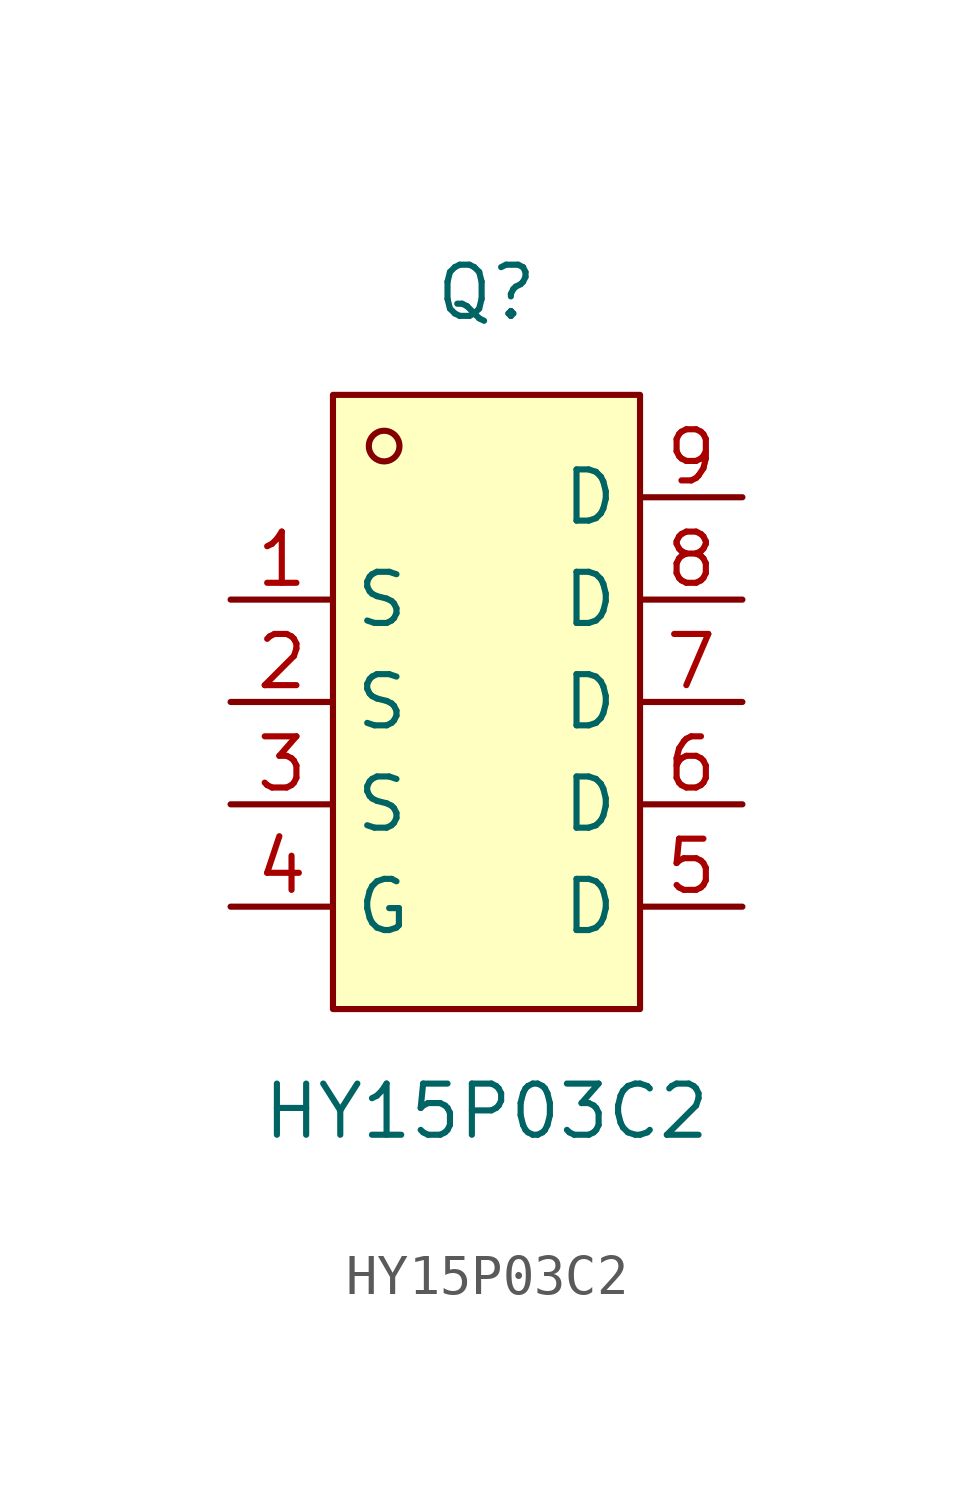
<source format=kicad_sym>
(kicad_symbol_lib
  (version 20211014)
  (generator kicad_symbol_editor)
  (symbol "HY15P03C2"
    (property "Reference" "Q"
      (at 0 10.16 0)
      (effects (font (size 1.27 1.27))))
    (property "Value" "HY15P03C2"
      (at 0 -10.16 0)
      (effects (font (size 1.27 1.27))))
    (symbol "HY15P03C2_0_1"
      (rectangle (start -3.81 7.62) (end 3.81 -7.62) (stroke (width 0) (type default) (color 0 0 0 0)) (fill (type background)))
      (circle (center -2.54 6.35) (radius 0.38) (stroke (width 0) (type default) (color 0 0 0 0)) (fill (type none)))
      (pin power_in line (at -6.35 2.54 0) (length 2.54) (name "S" (effects (font (size 1.27 1.27)))) (number "1" (effects (font (size 1.27 1.27)))))
      (pin power_in line (at -6.35 0 0) (length 2.54) (name "S" (effects (font (size 1.27 1.27)))) (number "2" (effects (font (size 1.27 1.27)))))
      (pin power_in line (at -6.35 -2.54 0) (length 2.54) (name "S" (effects (font (size 1.27 1.27)))) (number "3" (effects (font (size 1.27 1.27)))))
      (pin input line (at -6.35 -5.08 0) (length 2.54) (name "G" (effects (font (size 1.27 1.27)))) (number "4" (effects (font (size 1.27 1.27)))))
      (pin power_in line (at 6.35 -5.08 180) (length 2.54) (name "D" (effects (font (size 1.27 1.27)))) (number "5" (effects (font (size 1.27 1.27)))))
      (pin power_in line (at 6.35 -2.54 180) (length 2.54) (name "D" (effects (font (size 1.27 1.27)))) (number "6" (effects (font (size 1.27 1.27)))))
      (pin power_in line (at 6.35 0 180) (length 2.54) (name "D" (effects (font (size 1.27 1.27)))) (number "7" (effects (font (size 1.27 1.27)))))
      (pin power_in line (at 6.35 2.54 180) (length 2.54) (name "D" (effects (font (size 1.27 1.27)))) (number "8" (effects (font (size 1.27 1.27)))))
      (pin power_in line (at 6.35 5.08 180) (length 2.54) (name "D" (effects (font (size 1.27 1.27)))) (number "9" (effects (font (size 1.27 1.27))))))))
</source>
